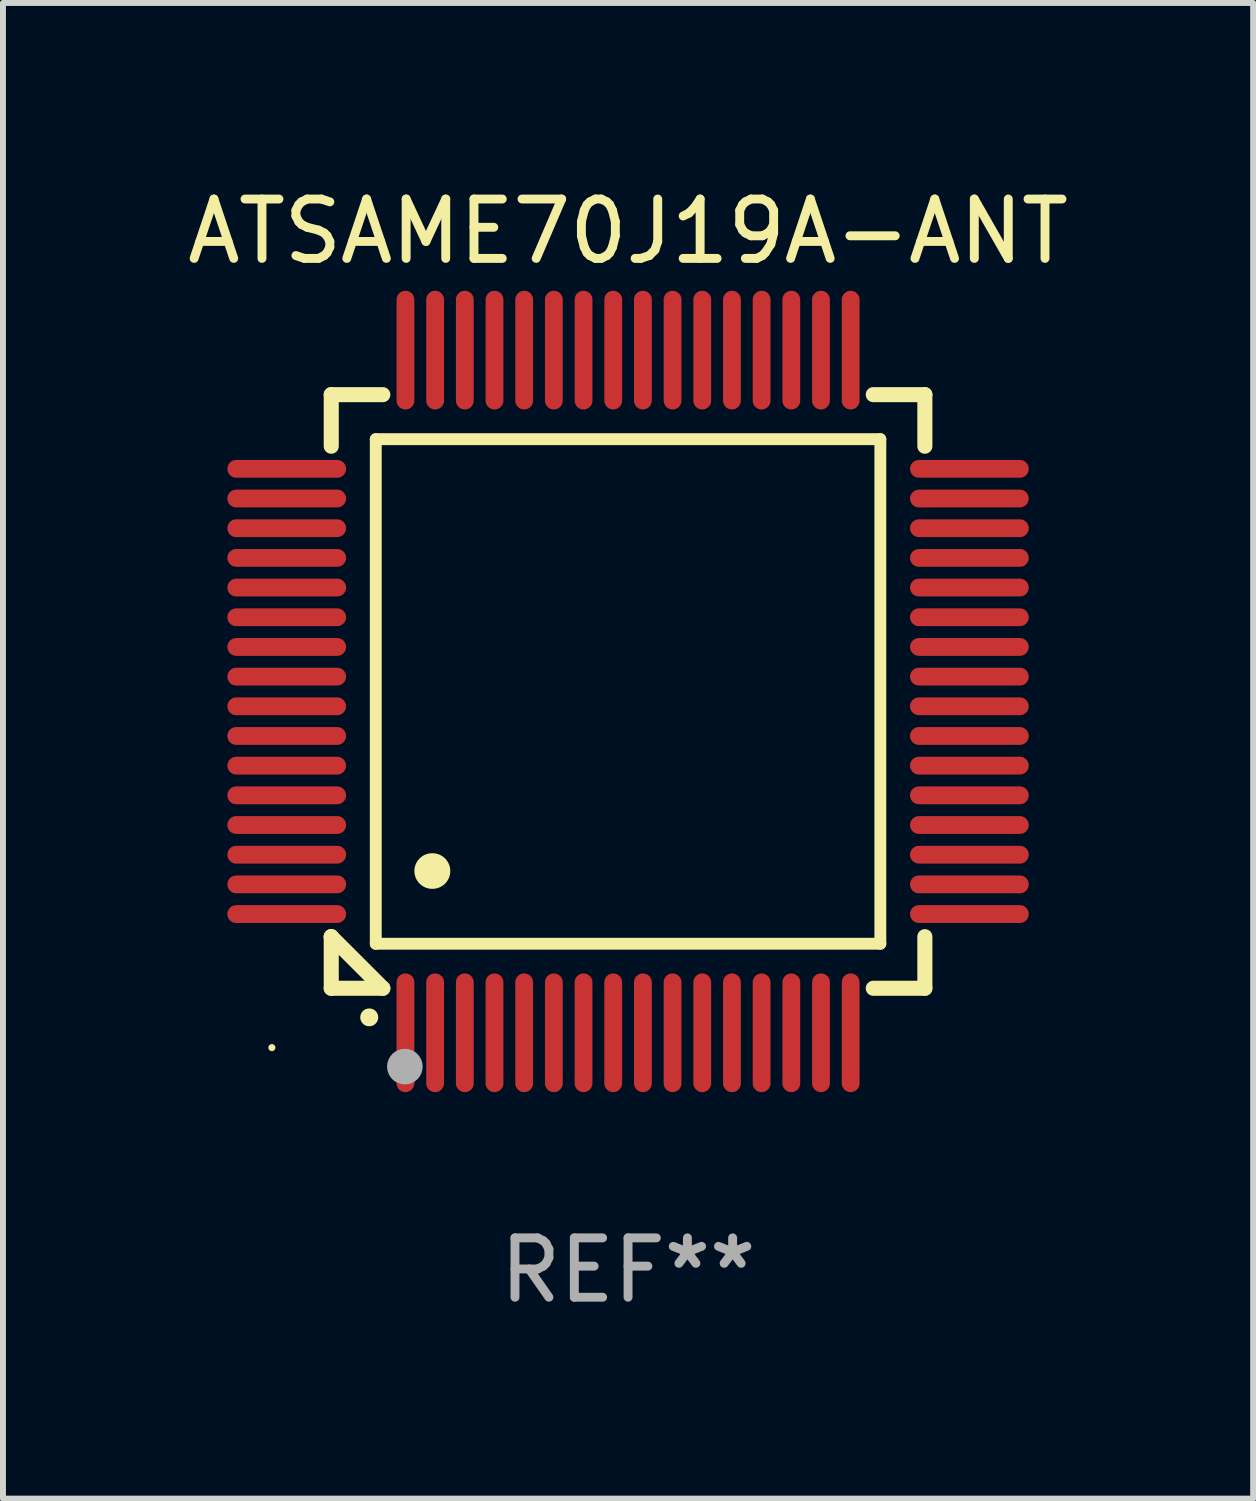
<source format=kicad_pcb>
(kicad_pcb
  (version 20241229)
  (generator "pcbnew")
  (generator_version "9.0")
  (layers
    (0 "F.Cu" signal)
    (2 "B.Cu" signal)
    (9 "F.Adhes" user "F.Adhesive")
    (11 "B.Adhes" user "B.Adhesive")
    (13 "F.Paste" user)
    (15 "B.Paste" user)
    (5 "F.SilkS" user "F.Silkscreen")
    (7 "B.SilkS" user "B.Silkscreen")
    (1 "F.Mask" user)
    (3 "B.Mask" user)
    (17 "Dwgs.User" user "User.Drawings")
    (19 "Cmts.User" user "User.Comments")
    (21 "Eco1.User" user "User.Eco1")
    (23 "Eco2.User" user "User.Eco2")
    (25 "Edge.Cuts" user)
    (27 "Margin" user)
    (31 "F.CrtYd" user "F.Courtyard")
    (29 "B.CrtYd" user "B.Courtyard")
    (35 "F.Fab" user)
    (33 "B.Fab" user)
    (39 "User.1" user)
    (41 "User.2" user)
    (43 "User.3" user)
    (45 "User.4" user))
  (footprint "ATSAME70J19A-ANT"
    (layer "F.Cu")
    (at 7.53 8.598)
    (property "Reference" "ATSAME70J19A-ANT" (at 0 -7.75 0) (layer "F.SilkS") (effects (font (size 1 1) (thickness 0.15))))
    (attr through_hole)
    (fp_line (start -5 -5) (end -4.131 -5) (stroke (width 0.254) (type solid)) (layer "F.SilkS"))
    (fp_line (start -5 -4.131) (end -5 -5) (stroke (width 0.254) (type solid)) (layer "F.SilkS"))
    (fp_line (start -5 4.131) (end -5 4.131) (stroke (width 0.254) (type solid)) (layer "F.SilkS"))
    (fp_line (start -5 5) (end -5 4.131) (stroke (width 0.254) (type solid)) (layer "F.SilkS"))
    (fp_line (start -5 4.131) (end -4.131 5) (stroke (width 0.254) (type solid)) (layer "F.SilkS"))
    (fp_line (start -4.25 -4.25) (end -4.25 4.25) (stroke (width 0.2) (type solid)) (layer "F.SilkS"))
    (fp_line (start -4.25 4.25) (end 4.25 4.25) (stroke (width 0.2) (type solid)) (layer "F.SilkS"))
    (fp_line (start -4.131 5) (end -5 5) (stroke (width 0.254) (type solid)) (layer "F.SilkS"))
    (fp_line (start 4.25 -4.25) (end -4.25 -4.25) (stroke (width 0.2) (type solid)) (layer "F.SilkS"))
    (fp_line (start 4.25 4.25) (end 4.25 -4.25) (stroke (width 0.2) (type solid)) (layer "F.SilkS"))
    (fp_line (start 5 -5) (end 4.131 -5) (stroke (width 0.254) (type solid)) (layer "F.SilkS"))
    (fp_line (start 5 -5) (end 5 -4.131) (stroke (width 0.254) (type solid)) (layer "F.SilkS"))
    (fp_line (start 5 4.131) (end 5 5) (stroke (width 0.254) (type solid)) (layer "F.SilkS"))
    (fp_line (start 5 5) (end 4.131 5) (stroke (width 0.254) (type solid)) (layer "F.SilkS"))
    (fp_arc (start -4.361265 5.489992) (mid -4.359995 5.489987) (end -4.358725 5.489992) (stroke (width 0.3) (type solid)) (layer "F.SilkS"))
    (fp_arc (start -3.299467 3.025146) (mid -3.296927 3.025135) (end -3.294387 3.025146) (stroke (width 0.6) (type solid)) (layer "F.SilkS"))
    (fp_circle (center -6 6) (end -5.97 6) (stroke (width 0.06) (type solid)) (fill no) (layer "F.SilkS"))
    (fp_circle (center -3.76 6.32) (end -3.61 6.32) (stroke (width 0.3) (type solid)) (fill no) (layer "F.Fab"))
    (fp_text user "REF**" (at 0 9.75 0) (layer "F.Fab") (effects (font (size 1 1) (thickness 0.15))))
    (pad "1" smd oval (at -3.75 5.75) (size 0.3 2) (layers "F.Cu" "F.Mask" "F.Paste"))
    (pad "2" smd oval (at -3.25 5.75) (size 0.3 2) (layers "F.Cu" "F.Mask" "F.Paste"))
    (pad "3" smd oval (at -2.75 5.75) (size 0.3 2) (layers "F.Cu" "F.Mask" "F.Paste"))
    (pad "4" smd oval (at -2.25 5.75) (size 0.3 2) (layers "F.Cu" "F.Mask" "F.Paste"))
    (pad "5" smd oval (at -1.75 5.75) (size 0.3 2) (layers "F.Cu" "F.Mask" "F.Paste"))
    (pad "6" smd oval (at -1.25 5.75) (size 0.3 2) (layers "F.Cu" "F.Mask" "F.Paste"))
    (pad "7" smd oval (at -0.75 5.75) (size 0.3 2) (layers "F.Cu" "F.Mask" "F.Paste"))
    (pad "8" smd oval (at -0.25 5.75) (size 0.3 2) (layers "F.Cu" "F.Mask" "F.Paste"))
    (pad "9" smd oval (at 0.25 5.75) (size 0.3 2) (layers "F.Cu" "F.Mask" "F.Paste"))
    (pad "10" smd oval (at 0.75 5.75) (size 0.3 2) (layers "F.Cu" "F.Mask" "F.Paste"))
    (pad "11" smd oval (at 1.25 5.75) (size 0.3 2) (layers "F.Cu" "F.Mask" "F.Paste"))
    (pad "12" smd oval (at 1.75 5.75) (size 0.3 2) (layers "F.Cu" "F.Mask" "F.Paste"))
    (pad "13" smd oval (at 2.25 5.75) (size 0.3 2) (layers "F.Cu" "F.Mask" "F.Paste"))
    (pad "14" smd oval (at 2.75 5.75) (size 0.3 2) (layers "F.Cu" "F.Mask" "F.Paste"))
    (pad "15" smd oval (at 3.25 5.75) (size 0.3 2) (layers "F.Cu" "F.Mask" "F.Paste"))
    (pad "16" smd oval (at 3.75 5.75) (size 0.3 2) (layers "F.Cu" "F.Mask" "F.Paste"))
    (pad "17" smd oval (at 5.75 3.75) (size 2 0.3) (layers "F.Cu" "F.Mask" "F.Paste"))
    (pad "18" smd oval (at 5.75 3.25) (size 2 0.3) (layers "F.Cu" "F.Mask" "F.Paste"))
    (pad "19" smd oval (at 5.75 2.75) (size 2 0.3) (layers "F.Cu" "F.Mask" "F.Paste"))
    (pad "20" smd oval (at 5.75 2.25) (size 2 0.3) (layers "F.Cu" "F.Mask" "F.Paste"))
    (pad "21" smd oval (at 5.75 1.75) (size 2 0.3) (layers "F.Cu" "F.Mask" "F.Paste"))
    (pad "22" smd oval (at 5.75 1.25) (size 2 0.3) (layers "F.Cu" "F.Mask" "F.Paste"))
    (pad "23" smd oval (at 5.75 0.75) (size 2 0.3) (layers "F.Cu" "F.Mask" "F.Paste"))
    (pad "24" smd oval (at 5.75 0.25) (size 2 0.3) (layers "F.Cu" "F.Mask" "F.Paste"))
    (pad "25" smd oval (at 5.75 -0.25) (size 2 0.3) (layers "F.Cu" "F.Mask" "F.Paste"))
    (pad "26" smd oval (at 5.75 -0.75) (size 2 0.3) (layers "F.Cu" "F.Mask" "F.Paste"))
    (pad "27" smd oval (at 5.75 -1.25) (size 2 0.3) (layers "F.Cu" "F.Mask" "F.Paste"))
    (pad "28" smd oval (at 5.75 -1.75) (size 2 0.3) (layers "F.Cu" "F.Mask" "F.Paste"))
    (pad "29" smd oval (at 5.75 -2.25) (size 2 0.3) (layers "F.Cu" "F.Mask" "F.Paste"))
    (pad "30" smd oval (at 5.75 -2.75) (size 2 0.3) (layers "F.Cu" "F.Mask" "F.Paste"))
    (pad "31" smd oval (at 5.75 -3.25) (size 2 0.3) (layers "F.Cu" "F.Mask" "F.Paste"))
    (pad "32" smd oval (at 5.75 -3.75) (size 2 0.3) (layers "F.Cu" "F.Mask" "F.Paste"))
    (pad "33" smd oval (at 3.75 -5.75) (size 0.3 2) (layers "F.Cu" "F.Mask" "F.Paste"))
    (pad "34" smd oval (at 3.25 -5.75) (size 0.3 2) (layers "F.Cu" "F.Mask" "F.Paste"))
    (pad "35" smd oval (at 2.75 -5.75) (size 0.3 2) (layers "F.Cu" "F.Mask" "F.Paste"))
    (pad "36" smd oval (at 2.25 -5.75) (size 0.3 2) (layers "F.Cu" "F.Mask" "F.Paste"))
    (pad "37" smd oval (at 1.75 -5.75) (size 0.3 2) (layers "F.Cu" "F.Mask" "F.Paste"))
    (pad "38" smd oval (at 1.25 -5.75) (size 0.3 2) (layers "F.Cu" "F.Mask" "F.Paste"))
    (pad "39" smd oval (at 0.75 -5.75) (size 0.3 2) (layers "F.Cu" "F.Mask" "F.Paste"))
    (pad "40" smd oval (at 0.25 -5.75) (size 0.3 2) (layers "F.Cu" "F.Mask" "F.Paste"))
    (pad "41" smd oval (at -0.25 -5.75) (size 0.3 2) (layers "F.Cu" "F.Mask" "F.Paste"))
    (pad "42" smd oval (at -0.75 -5.75) (size 0.3 2) (layers "F.Cu" "F.Mask" "F.Paste"))
    (pad "43" smd oval (at -1.25 -5.75) (size 0.3 2) (layers "F.Cu" "F.Mask" "F.Paste"))
    (pad "44" smd oval (at -1.75 -5.75) (size 0.3 2) (layers "F.Cu" "F.Mask" "F.Paste"))
    (pad "45" smd oval (at -2.25 -5.75) (size 0.3 2) (layers "F.Cu" "F.Mask" "F.Paste"))
    (pad "46" smd oval (at -2.75 -5.75) (size 0.3 2) (layers "F.Cu" "F.Mask" "F.Paste"))
    (pad "47" smd oval (at -3.25 -5.75) (size 0.3 2) (layers "F.Cu" "F.Mask" "F.Paste"))
    (pad "48" smd oval (at -3.75 -5.75) (size 0.3 2) (layers "F.Cu" "F.Mask" "F.Paste"))
    (pad "49" smd oval (at -5.75 -3.75) (size 2 0.3) (layers "F.Cu" "F.Mask" "F.Paste"))
    (pad "50" smd oval (at -5.75 -3.25) (size 2 0.3) (layers "F.Cu" "F.Mask" "F.Paste"))
    (pad "51" smd oval (at -5.75 -2.75) (size 2 0.3) (layers "F.Cu" "F.Mask" "F.Paste"))
    (pad "52" smd oval (at -5.75 -2.25) (size 2 0.3) (layers "F.Cu" "F.Mask" "F.Paste"))
    (pad "53" smd oval (at -5.75 -1.75) (size 2 0.3) (layers "F.Cu" "F.Mask" "F.Paste"))
    (pad "54" smd oval (at -5.75 -1.25) (size 2 0.3) (layers "F.Cu" "F.Mask" "F.Paste"))
    (pad "55" smd oval (at -5.75 -0.75) (size 2 0.3) (layers "F.Cu" "F.Mask" "F.Paste"))
    (pad "56" smd oval (at -5.75 -0.25) (size 2 0.3) (layers "F.Cu" "F.Mask" "F.Paste"))
    (pad "57" smd oval (at -5.75 0.25) (size 2 0.3) (layers "F.Cu" "F.Mask" "F.Paste"))
    (pad "58" smd oval (at -5.75 0.75) (size 2 0.3) (layers "F.Cu" "F.Mask" "F.Paste"))
    (pad "59" smd oval (at -5.75 1.25) (size 2 0.3) (layers "F.Cu" "F.Mask" "F.Paste"))
    (pad "60" smd oval (at -5.75 1.75) (size 2 0.3) (layers "F.Cu" "F.Mask" "F.Paste"))
    (pad "61" smd oval (at -5.75 2.25) (size 2 0.3) (layers "F.Cu" "F.Mask" "F.Paste"))
    (pad "62" smd oval (at -5.75 2.75) (size 2 0.3) (layers "F.Cu" "F.Mask" "F.Paste"))
    (pad "63" smd oval (at -5.75 3.25) (size 2 0.3) (layers "F.Cu" "F.Mask" "F.Paste"))
    (pad "64" smd oval (at -5.75 3.75) (size 2 0.3) (layers "F.Cu" "F.Mask" "F.Paste")))
  (gr_rect
    (start -3 -3)
    (end 18.06 22.196)
    (stroke (width 0.1) (type default))
    (fill no)
    (layer "Edge.Cuts")))
</source>
